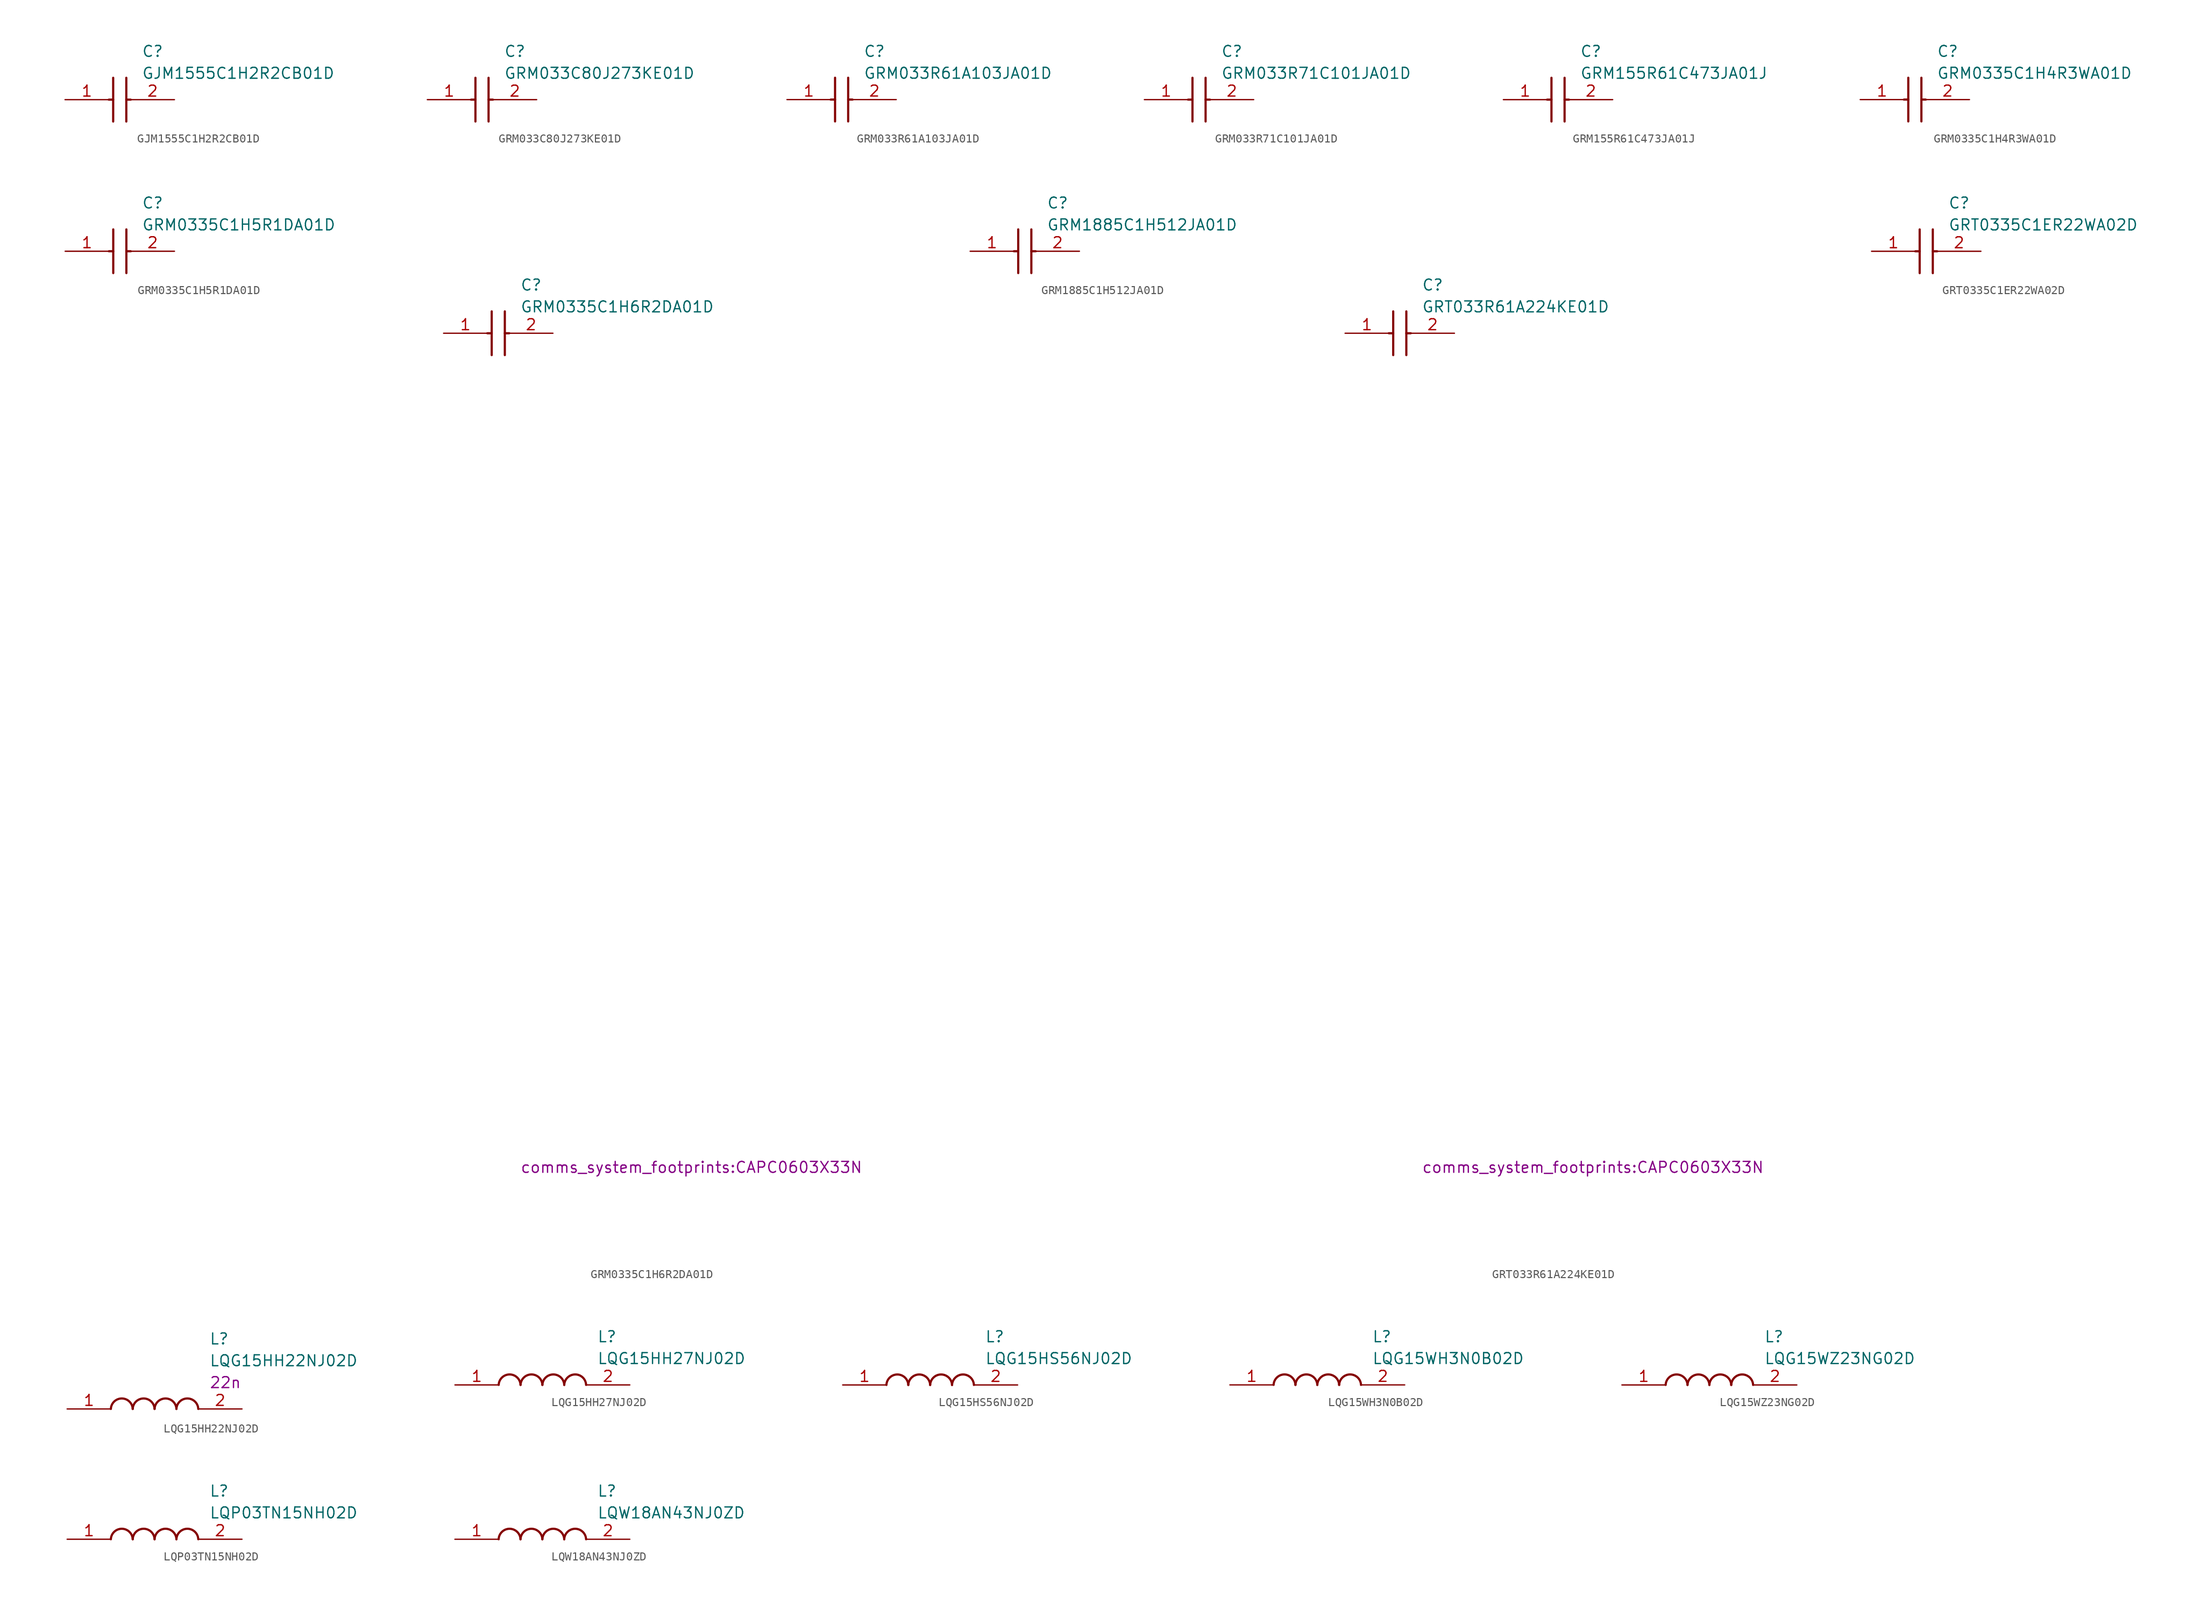
<source format=kicad_sym>
(kicad_symbol_lib
  (version 20220914)
  (generator kicad_symbol_editor)
  (symbol "GJM1555C1H2R2CB01D"
    (pin_names hide)
    (property "Reference" "C"
      (at 8.89 6.35 0)
      (effects (font (size 1.27 1.27)) (justify left top)))
    (property "Value" "GJM1555C1H2R2CB01D"
      (at 8.89 3.81 0)
      (effects (font (size 1.27 1.27)) (justify left top)))
    (symbol "GJM1555C1H2R2CB01D_1_1"
      (polyline (pts (xy 5.08 0) (xy 5.588 0)) (stroke (width 0.254) (type default)) (fill (type none)))
      (polyline (pts (xy 5.588 2.54) (xy 5.588 -2.54)) (stroke (width 0.254) (type default)) (fill (type none)))
      (polyline (pts (xy 7.112 0) (xy 7.62 0)) (stroke (width 0.254) (type default)) (fill (type none)))
      (polyline (pts (xy 7.112 2.54) (xy 7.112 -2.54)) (stroke (width 0.254) (type default)) (fill (type none)))
      (pin passive line (at 0 0 0) (length 5.08) (name "1" (effects (font (size 1.27 1.27)))) (number "1" (effects (font (size 1.27 1.27)))))
      (pin passive line (at 12.7 0 180) (length 5.08) (name "2" (effects (font (size 1.27 1.27)))) (number "2" (effects (font (size 1.27 1.27)))))))
  (symbol "GRM033C80J273KE01D"
    (pin_names hide)
    (property "Reference" "C"
      (at 8.89 6.35 0)
      (effects (font (size 1.27 1.27)) (justify left top)))
    (property "Value" "GRM033C80J273KE01D"
      (at 8.89 3.81 0)
      (effects (font (size 1.27 1.27)) (justify left top)))
    (symbol "GRM033C80J273KE01D_1_1"
      (polyline (pts (xy 5.08 0) (xy 5.588 0)) (stroke (width 0.254) (type default)) (fill (type none)))
      (polyline (pts (xy 5.588 2.54) (xy 5.588 -2.54)) (stroke (width 0.254) (type default)) (fill (type none)))
      (polyline (pts (xy 7.112 0) (xy 7.62 0)) (stroke (width 0.254) (type default)) (fill (type none)))
      (polyline (pts (xy 7.112 2.54) (xy 7.112 -2.54)) (stroke (width 0.254) (type default)) (fill (type none)))
      (pin passive line (at 0 0 0) (length 5.08) (name "1" (effects (font (size 1.27 1.27)))) (number "1" (effects (font (size 1.27 1.27)))))
      (pin passive line (at 12.7 0 180) (length 5.08) (name "2" (effects (font (size 1.27 1.27)))) (number "2" (effects (font (size 1.27 1.27)))))))
  (symbol "GRM033R61A103JA01D"
    (pin_names hide)
    (property "Reference" "C"
      (at 8.89 6.35 0)
      (effects (font (size 1.27 1.27)) (justify left top)))
    (property "Value" "GRM033R61A103JA01D"
      (at 8.89 3.81 0)
      (effects (font (size 1.27 1.27)) (justify left top)))
    (symbol "GRM033R61A103JA01D_1_1"
      (polyline (pts (xy 5.08 0) (xy 5.588 0)) (stroke (width 0.254) (type default)) (fill (type none)))
      (polyline (pts (xy 5.588 2.54) (xy 5.588 -2.54)) (stroke (width 0.254) (type default)) (fill (type none)))
      (polyline (pts (xy 7.112 0) (xy 7.62 0)) (stroke (width 0.254) (type default)) (fill (type none)))
      (polyline (pts (xy 7.112 2.54) (xy 7.112 -2.54)) (stroke (width 0.254) (type default)) (fill (type none)))
      (pin passive line (at 0 0 0) (length 5.08) (name "1" (effects (font (size 1.27 1.27)))) (number "1" (effects (font (size 1.27 1.27)))))
      (pin passive line (at 12.7 0 180) (length 5.08) (name "2" (effects (font (size 1.27 1.27)))) (number "2" (effects (font (size 1.27 1.27)))))))
  (symbol "GRM033R71C101JA01D"
    (pin_names hide)
    (property "Reference" "C"
      (at 8.89 6.35 0)
      (effects (font (size 1.27 1.27)) (justify left top)))
    (property "Value" "GRM033R71C101JA01D"
      (at 8.89 3.81 0)
      (effects (font (size 1.27 1.27)) (justify left top)))
    (symbol "GRM033R71C101JA01D_1_1"
      (polyline (pts (xy 5.08 0) (xy 5.588 0)) (stroke (width 0.254) (type default)) (fill (type none)))
      (polyline (pts (xy 5.588 2.54) (xy 5.588 -2.54)) (stroke (width 0.254) (type default)) (fill (type none)))
      (polyline (pts (xy 7.112 0) (xy 7.62 0)) (stroke (width 0.254) (type default)) (fill (type none)))
      (polyline (pts (xy 7.112 2.54) (xy 7.112 -2.54)) (stroke (width 0.254) (type default)) (fill (type none)))
      (pin passive line (at 0 0 0) (length 5.08) (name "1" (effects (font (size 1.27 1.27)))) (number "1" (effects (font (size 1.27 1.27)))))
      (pin passive line (at 12.7 0 180) (length 5.08) (name "2" (effects (font (size 1.27 1.27)))) (number "2" (effects (font (size 1.27 1.27)))))))
  (symbol "GRM155R61C473JA01J"
    (pin_names hide)
    (property "Reference" "C"
      (at 8.89 6.35 0)
      (effects (font (size 1.27 1.27)) (justify left top)))
    (property "Value" "GRM155R61C473JA01J"
      (at 8.89 3.81 0)
      (effects (font (size 1.27 1.27)) (justify left top)))
    (symbol "GRM155R61C473JA01J_1_1"
      (polyline (pts (xy 5.08 0) (xy 5.588 0)) (stroke (width 0.254) (type default)) (fill (type none)))
      (polyline (pts (xy 5.588 2.54) (xy 5.588 -2.54)) (stroke (width 0.254) (type default)) (fill (type none)))
      (polyline (pts (xy 7.112 0) (xy 7.62 0)) (stroke (width 0.254) (type default)) (fill (type none)))
      (polyline (pts (xy 7.112 2.54) (xy 7.112 -2.54)) (stroke (width 0.254) (type default)) (fill (type none)))
      (pin passive line (at 0 0 0) (length 5.08) (name "1" (effects (font (size 1.27 1.27)))) (number "1" (effects (font (size 1.27 1.27)))))
      (pin passive line (at 12.7 0 180) (length 5.08) (name "2" (effects (font (size 1.27 1.27)))) (number "2" (effects (font (size 1.27 1.27)))))))
  (symbol "GRM0335C1H4R3WA01D"
    (pin_names hide)
    (property "Reference" "C"
      (at 8.89 6.35 0)
      (effects (font (size 1.27 1.27)) (justify left top)))
    (property "Value" "GRM0335C1H4R3WA01D"
      (at 8.89 3.81 0)
      (effects (font (size 1.27 1.27)) (justify left top)))
    (symbol "GRM0335C1H4R3WA01D_1_1"
      (polyline (pts (xy 5.08 0) (xy 5.588 0)) (stroke (width 0.254) (type default)) (fill (type none)))
      (polyline (pts (xy 5.588 2.54) (xy 5.588 -2.54)) (stroke (width 0.254) (type default)) (fill (type none)))
      (polyline (pts (xy 7.112 0) (xy 7.62 0)) (stroke (width 0.254) (type default)) (fill (type none)))
      (polyline (pts (xy 7.112 2.54) (xy 7.112 -2.54)) (stroke (width 0.254) (type default)) (fill (type none)))
      (pin passive line (at 0 0 0) (length 5.08) (name "1" (effects (font (size 1.27 1.27)))) (number "1" (effects (font (size 1.27 1.27)))))
      (pin passive line (at 12.7 0 180) (length 5.08) (name "2" (effects (font (size 1.27 1.27)))) (number "2" (effects (font (size 1.27 1.27)))))))
  (symbol "GRM0335C1H5R1DA01D"
    (pin_names hide)
    (property "Reference" "C"
      (at 8.89 6.35 0)
      (effects (font (size 1.27 1.27)) (justify left top)))
    (property "Value" "GRM0335C1H5R1DA01D"
      (at 8.89 3.81 0)
      (effects (font (size 1.27 1.27)) (justify left top)))
    (symbol "GRM0335C1H5R1DA01D_1_1"
      (polyline (pts (xy 5.08 0) (xy 5.588 0)) (stroke (width 0.254) (type default)) (fill (type none)))
      (polyline (pts (xy 5.588 2.54) (xy 5.588 -2.54)) (stroke (width 0.254) (type default)) (fill (type none)))
      (polyline (pts (xy 7.112 0) (xy 7.62 0)) (stroke (width 0.254) (type default)) (fill (type none)))
      (polyline (pts (xy 7.112 2.54) (xy 7.112 -2.54)) (stroke (width 0.254) (type default)) (fill (type none)))
      (pin passive line (at 0 0 0) (length 5.08) (name "1" (effects (font (size 1.27 1.27)))) (number "1" (effects (font (size 1.27 1.27)))))
      (pin passive line (at 12.7 0 180) (length 5.08) (name "2" (effects (font (size 1.27 1.27)))) (number "2" (effects (font (size 1.27 1.27)))))))
  (symbol "GRM0335C1H6R2DA01D"
    (pin_names hide)
    (property "Reference" "C"
      (at 8.89 6.35 0)
      (effects (font (size 1.27 1.27)) (justify left top)))
    (property "Value" "GRM0335C1H6R2DA01D"
      (at 8.89 3.81 0)
      (effects (font (size 1.27 1.27)) (justify left top)))
    (property "Footprint" "comms_system_footprints:CAPC0603X33N"
      (at 8.89 -96.19 0)
      (effects (font (size 1.27 1.27)) (justify left top)))
    (symbol "GRM0335C1H6R2DA01D_1_1"
      (polyline (pts (xy 5.08 0) (xy 5.588 0)) (stroke (width 0.254) (type default)) (fill (type none)))
      (polyline (pts (xy 5.588 2.54) (xy 5.588 -2.54)) (stroke (width 0.254) (type default)) (fill (type none)))
      (polyline (pts (xy 7.112 0) (xy 7.62 0)) (stroke (width 0.254) (type default)) (fill (type none)))
      (polyline (pts (xy 7.112 2.54) (xy 7.112 -2.54)) (stroke (width 0.254) (type default)) (fill (type none)))
      (pin passive line (at 0 0 0) (length 5.08) (name "1" (effects (font (size 1.27 1.27)))) (number "1" (effects (font (size 1.27 1.27)))))
      (pin passive line (at 12.7 0 180) (length 5.08) (name "2" (effects (font (size 1.27 1.27)))) (number "2" (effects (font (size 1.27 1.27)))))))
  (symbol "GRM1885C1H512JA01D"
    (pin_names hide)
    (property "Reference" "C"
      (at 8.89 6.35 0)
      (effects (font (size 1.27 1.27)) (justify left top)))
    (property "Value" "GRM1885C1H512JA01D"
      (at 8.89 3.81 0)
      (effects (font (size 1.27 1.27)) (justify left top)))
    (symbol "GRM1885C1H512JA01D_1_1"
      (polyline (pts (xy 5.08 0) (xy 5.588 0)) (stroke (width 0.254) (type default)) (fill (type none)))
      (polyline (pts (xy 5.588 2.54) (xy 5.588 -2.54)) (stroke (width 0.254) (type default)) (fill (type none)))
      (polyline (pts (xy 7.112 0) (xy 7.62 0)) (stroke (width 0.254) (type default)) (fill (type none)))
      (polyline (pts (xy 7.112 2.54) (xy 7.112 -2.54)) (stroke (width 0.254) (type default)) (fill (type none)))
      (pin passive line (at 0 0 0) (length 5.08) (name "1" (effects (font (size 1.27 1.27)))) (number "1" (effects (font (size 1.27 1.27)))))
      (pin passive line (at 12.7 0 180) (length 5.08) (name "2" (effects (font (size 1.27 1.27)))) (number "2" (effects (font (size 1.27 1.27)))))))
  (symbol "GRT033R61A224KE01D"
    (pin_names hide)
    (property "Reference" "C"
      (at 8.89 6.35 0)
      (effects (font (size 1.27 1.27)) (justify left top)))
    (property "Value" "GRT033R61A224KE01D"
      (at 8.89 3.81 0)
      (effects (font (size 1.27 1.27)) (justify left top)))
    (property "Footprint" "comms_system_footprints:CAPC0603X33N"
      (at 8.89 -96.19 0)
      (effects (font (size 1.27 1.27)) (justify left top)))
    (symbol "GRT033R61A224KE01D_1_1"
      (polyline (pts (xy 5.08 0) (xy 5.588 0)) (stroke (width 0.254) (type default)) (fill (type none)))
      (polyline (pts (xy 5.588 2.54) (xy 5.588 -2.54)) (stroke (width 0.254) (type default)) (fill (type none)))
      (polyline (pts (xy 7.112 0) (xy 7.62 0)) (stroke (width 0.254) (type default)) (fill (type none)))
      (polyline (pts (xy 7.112 2.54) (xy 7.112 -2.54)) (stroke (width 0.254) (type default)) (fill (type none)))
      (pin passive line (at 0 0 0) (length 5.08) (name "1" (effects (font (size 1.27 1.27)))) (number "1" (effects (font (size 1.27 1.27)))))
      (pin passive line (at 12.7 0 180) (length 5.08) (name "2" (effects (font (size 1.27 1.27)))) (number "2" (effects (font (size 1.27 1.27)))))))
  (symbol "GRT0335C1ER22WA02D"
    (pin_names hide)
    (property "Reference" "C"
      (at 8.89 6.35 0)
      (effects (font (size 1.27 1.27)) (justify left top)))
    (property "Value" "GRT0335C1ER22WA02D"
      (at 8.89 3.81 0)
      (effects (font (size 1.27 1.27)) (justify left top)))
    (symbol "GRT0335C1ER22WA02D_1_1"
      (polyline (pts (xy 5.08 0) (xy 5.588 0)) (stroke (width 0.254) (type default)) (fill (type none)))
      (polyline (pts (xy 5.588 2.54) (xy 5.588 -2.54)) (stroke (width 0.254) (type default)) (fill (type none)))
      (polyline (pts (xy 7.112 0) (xy 7.62 0)) (stroke (width 0.254) (type default)) (fill (type none)))
      (polyline (pts (xy 7.112 2.54) (xy 7.112 -2.54)) (stroke (width 0.254) (type default)) (fill (type none)))
      (pin passive line (at 0 0 0) (length 5.08) (name "1" (effects (font (size 1.27 1.27)))) (number "1" (effects (font (size 1.27 1.27)))))
      (pin passive line (at 12.7 0 180) (length 5.08) (name "2" (effects (font (size 1.27 1.27)))) (number "2" (effects (font (size 1.27 1.27)))))))
  (symbol "LQG15HH22NJ02D"
    (pin_names hide)
    (property "Reference" "L"
      (at 16.51 8.89 0)
      (effects (font (size 1.27 1.27)) (justify left top)))
    (property "Value" "LQG15HH22NJ02D"
      (at 16.51 6.35 0)
      (effects (font (size 1.27 1.27)) (justify left top)))
    (property "L" "22n"
      (at 16.51 3.81 0)
      (effects (font (size 1.27 1.27)) (justify left top)))
    (symbol "LQG15HH22NJ02D_1_1"
      (arc (start 7.62 0) (mid 6.35 1.219) (end 5.08 0) (stroke (width 0.254) (type default)) (fill (type none)))
      (arc (start 10.16 0) (mid 8.89 1.219) (end 7.62 0) (stroke (width 0.254) (type default)) (fill (type none)))
      (arc (start 12.7 0) (mid 11.43 1.219) (end 10.16 0) (stroke (width 0.254) (type default)) (fill (type none)))
      (arc (start 15.24 0) (mid 13.97 1.219) (end 12.7 0) (stroke (width 0.254) (type default)) (fill (type none)))
      (pin passive line (at 0 0 0) (length 5.08) (name "1" (effects (font (size 1.27 1.27)))) (number "1" (effects (font (size 1.27 1.27)))))
      (pin passive line (at 20.32 0 180) (length 5.08) (name "2" (effects (font (size 1.27 1.27)))) (number "2" (effects (font (size 1.27 1.27)))))))
  (symbol "LQG15HH27NJ02D"
    (pin_names hide)
    (property "Reference" "L"
      (at 16.51 6.35 0)
      (effects (font (size 1.27 1.27)) (justify left top)))
    (property "Value" "LQG15HH27NJ02D"
      (at 16.51 3.81 0)
      (effects (font (size 1.27 1.27)) (justify left top)))
    (symbol "LQG15HH27NJ02D_1_1"
      (arc (start 7.62 0) (mid 6.35 1.219) (end 5.08 0) (stroke (width 0.254) (type default)) (fill (type none)))
      (arc (start 10.16 0) (mid 8.89 1.219) (end 7.62 0) (stroke (width 0.254) (type default)) (fill (type none)))
      (arc (start 12.7 0) (mid 11.43 1.219) (end 10.16 0) (stroke (width 0.254) (type default)) (fill (type none)))
      (arc (start 15.24 0) (mid 13.97 1.219) (end 12.7 0) (stroke (width 0.254) (type default)) (fill (type none)))
      (pin passive line (at 0 0 0) (length 5.08) (name "1" (effects (font (size 1.27 1.27)))) (number "1" (effects (font (size 1.27 1.27)))))
      (pin passive line (at 20.32 0 180) (length 5.08) (name "2" (effects (font (size 1.27 1.27)))) (number "2" (effects (font (size 1.27 1.27)))))))
  (symbol "LQG15HS56NJ02D"
    (pin_names hide)
    (property "Reference" "L"
      (at 16.51 6.35 0)
      (effects (font (size 1.27 1.27)) (justify left top)))
    (property "Value" "LQG15HS56NJ02D"
      (at 16.51 3.81 0)
      (effects (font (size 1.27 1.27)) (justify left top)))
    (symbol "LQG15HS56NJ02D_1_1"
      (arc (start 7.62 0) (mid 6.35 1.219) (end 5.08 0) (stroke (width 0.254) (type default)) (fill (type none)))
      (arc (start 10.16 0) (mid 8.89 1.219) (end 7.62 0) (stroke (width 0.254) (type default)) (fill (type none)))
      (arc (start 12.7 0) (mid 11.43 1.219) (end 10.16 0) (stroke (width 0.254) (type default)) (fill (type none)))
      (arc (start 15.24 0) (mid 13.97 1.219) (end 12.7 0) (stroke (width 0.254) (type default)) (fill (type none)))
      (pin passive line (at 0 0 0) (length 5.08) (name "1" (effects (font (size 1.27 1.27)))) (number "1" (effects (font (size 1.27 1.27)))))
      (pin passive line (at 20.32 0 180) (length 5.08) (name "2" (effects (font (size 1.27 1.27)))) (number "2" (effects (font (size 1.27 1.27)))))))
  (symbol "LQG15WH3N0B02D"
    (pin_names hide)
    (property "Reference" "L"
      (at 16.51 6.35 0)
      (effects (font (size 1.27 1.27)) (justify left top)))
    (property "Value" "LQG15WH3N0B02D"
      (at 16.51 3.81 0)
      (effects (font (size 1.27 1.27)) (justify left top)))
    (symbol "LQG15WH3N0B02D_1_1"
      (arc (start 7.62 0) (mid 6.35 1.219) (end 5.08 0) (stroke (width 0.254) (type default)) (fill (type none)))
      (arc (start 10.16 0) (mid 8.89 1.219) (end 7.62 0) (stroke (width 0.254) (type default)) (fill (type none)))
      (arc (start 12.7 0) (mid 11.43 1.219) (end 10.16 0) (stroke (width 0.254) (type default)) (fill (type none)))
      (arc (start 15.24 0) (mid 13.97 1.219) (end 12.7 0) (stroke (width 0.254) (type default)) (fill (type none)))
      (pin passive line (at 0 0 0) (length 5.08) (name "1" (effects (font (size 1.27 1.27)))) (number "1" (effects (font (size 1.27 1.27)))))
      (pin passive line (at 20.32 0 180) (length 5.08) (name "2" (effects (font (size 1.27 1.27)))) (number "2" (effects (font (size 1.27 1.27)))))))
  (symbol "LQG15WZ23NG02D"
    (pin_names hide)
    (property "Reference" "L"
      (at 16.51 6.35 0)
      (effects (font (size 1.27 1.27)) (justify left top)))
    (property "Value" "LQG15WZ23NG02D"
      (at 16.51 3.81 0)
      (effects (font (size 1.27 1.27)) (justify left top)))
    (symbol "LQG15WZ23NG02D_1_1"
      (arc (start 7.62 0) (mid 6.35 1.219) (end 5.08 0) (stroke (width 0.254) (type default)) (fill (type none)))
      (arc (start 10.16 0) (mid 8.89 1.219) (end 7.62 0) (stroke (width 0.254) (type default)) (fill (type none)))
      (arc (start 12.7 0) (mid 11.43 1.219) (end 10.16 0) (stroke (width 0.254) (type default)) (fill (type none)))
      (arc (start 15.24 0) (mid 13.97 1.219) (end 12.7 0) (stroke (width 0.254) (type default)) (fill (type none)))
      (pin passive line (at 0 0 0) (length 5.08) (name "1" (effects (font (size 1.27 1.27)))) (number "1" (effects (font (size 1.27 1.27)))))
      (pin passive line (at 20.32 0 180) (length 5.08) (name "2" (effects (font (size 1.27 1.27)))) (number "2" (effects (font (size 1.27 1.27)))))))
  (symbol "LQP03TN15NH02D"
    (pin_names hide)
    (property "Reference" "L"
      (at 16.51 6.35 0)
      (effects (font (size 1.27 1.27)) (justify left top)))
    (property "Value" "LQP03TN15NH02D"
      (at 16.51 3.81 0)
      (effects (font (size 1.27 1.27)) (justify left top)))
    (symbol "LQP03TN15NH02D_1_1"
      (arc (start 7.62 0) (mid 6.35 1.219) (end 5.08 0) (stroke (width 0.254) (type default)) (fill (type none)))
      (arc (start 10.16 0) (mid 8.89 1.219) (end 7.62 0) (stroke (width 0.254) (type default)) (fill (type none)))
      (arc (start 12.7 0) (mid 11.43 1.219) (end 10.16 0) (stroke (width 0.254) (type default)) (fill (type none)))
      (arc (start 15.24 0) (mid 13.97 1.219) (end 12.7 0) (stroke (width 0.254) (type default)) (fill (type none)))
      (pin passive line (at 0 0 0) (length 5.08) (name "1" (effects (font (size 1.27 1.27)))) (number "1" (effects (font (size 1.27 1.27)))))
      (pin passive line (at 20.32 0 180) (length 5.08) (name "2" (effects (font (size 1.27 1.27)))) (number "2" (effects (font (size 1.27 1.27)))))))
  (symbol "LQW18AN43NJ0ZD"
    (pin_names hide)
    (property "Reference" "L"
      (at 16.51 6.35 0)
      (effects (font (size 1.27 1.27)) (justify left top)))
    (property "Value" "LQW18AN43NJ0ZD"
      (at 16.51 3.81 0)
      (effects (font (size 1.27 1.27)) (justify left top)))
    (symbol "LQW18AN43NJ0ZD_1_1"
      (arc (start 7.62 0) (mid 6.35 1.219) (end 5.08 0) (stroke (width 0.254) (type default)) (fill (type none)))
      (arc (start 10.16 0) (mid 8.89 1.219) (end 7.62 0) (stroke (width 0.254) (type default)) (fill (type none)))
      (arc (start 12.7 0) (mid 11.43 1.219) (end 10.16 0) (stroke (width 0.254) (type default)) (fill (type none)))
      (arc (start 15.24 0) (mid 13.97 1.219) (end 12.7 0) (stroke (width 0.254) (type default)) (fill (type none)))
      (pin passive line (at 0 0 0) (length 5.08) (name "1" (effects (font (size 1.27 1.27)))) (number "1" (effects (font (size 1.27 1.27)))))
      (pin passive line (at 20.32 0 180) (length 5.08) (name "2" (effects (font (size 1.27 1.27)))) (number "2" (effects (font (size 1.27 1.27))))))))
</source>
